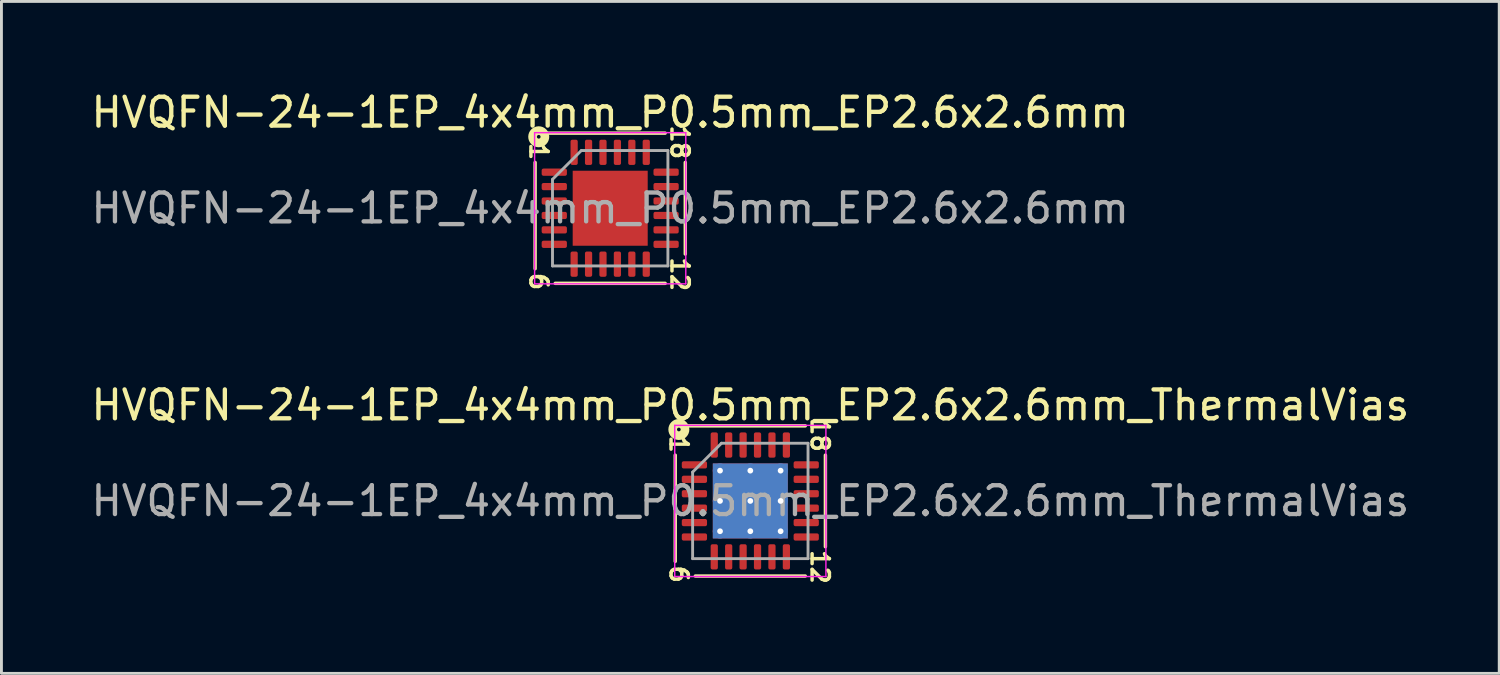
<source format=kicad_pcb>
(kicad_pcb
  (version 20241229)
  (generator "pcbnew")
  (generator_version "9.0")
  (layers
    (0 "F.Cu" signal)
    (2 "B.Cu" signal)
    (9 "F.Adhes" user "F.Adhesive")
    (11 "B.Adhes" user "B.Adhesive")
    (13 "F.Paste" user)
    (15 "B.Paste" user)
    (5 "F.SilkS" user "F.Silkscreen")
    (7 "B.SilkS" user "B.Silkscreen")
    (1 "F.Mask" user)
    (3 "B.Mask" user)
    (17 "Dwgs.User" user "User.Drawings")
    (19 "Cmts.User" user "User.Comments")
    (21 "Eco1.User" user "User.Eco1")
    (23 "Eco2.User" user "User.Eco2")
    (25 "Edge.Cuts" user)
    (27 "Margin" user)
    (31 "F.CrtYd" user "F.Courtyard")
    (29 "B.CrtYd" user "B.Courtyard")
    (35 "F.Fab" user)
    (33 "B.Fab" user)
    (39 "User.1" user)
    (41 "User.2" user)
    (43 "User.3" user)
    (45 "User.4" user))
  (footprint "HVQFN-24-1EP_4x4mm_P0.5mm_EP2.6x2.6mm"
    (layer "F.Cu")
    (at 18.101 4.168)
    (property "Reference" "HVQFN-24-1EP_4x4mm_P0.5mm_EP2.6x2.6mm" (at 0 -3.32 0) (layer "F.SilkS") (effects (font (size 1 1) (thickness 0.15))))
    (attr smd)
    (fp_line (start -2.603 2.095) (end -2.603 -1.587) (stroke (width 0.12) (type solid)) (layer "F.SilkS"))
    (fp_line (start -2.159 -2.603) (end 1.905 -2.603) (stroke (width 0.12) (type solid)) (layer "F.SilkS"))
    (fp_line (start 1.905 2.603) (end -1.905 2.603) (stroke (width 0.12) (type solid)) (layer "F.SilkS"))
    (fp_line (start 2.603 -1.587) (end 2.603 1.587) (stroke (width 0.12) (type solid)) (layer "F.SilkS"))
    (fp_circle (center -2.477 -2.477) (end -2.413 -2.477) (stroke (width 0.3) (type solid)) (fill no) (layer "F.SilkS"))
    (fp_line (start -2.62 -2.62) (end -2.62 2.62) (stroke (width 0.05) (type solid)) (layer "F.CrtYd"))
    (fp_line (start -2.62 2.62) (end 2.62 2.62) (stroke (width 0.05) (type solid)) (layer "F.CrtYd"))
    (fp_line (start 2.62 -2.62) (end -2.62 -2.62) (stroke (width 0.05) (type solid)) (layer "F.CrtYd"))
    (fp_line (start 2.62 2.62) (end 2.62 -2.62) (stroke (width 0.05) (type solid)) (layer "F.CrtYd"))
    (fp_line (start -2 -1) (end -1 -2) (stroke (width 0.1) (type solid)) (layer "F.Fab"))
    (fp_line (start -2 2) (end -2 -1) (stroke (width 0.1) (type solid)) (layer "F.Fab"))
    (fp_line (start -1 -2) (end 2 -2) (stroke (width 0.1) (type solid)) (layer "F.Fab"))
    (fp_line (start 2 -2) (end 2 2) (stroke (width 0.1) (type solid)) (layer "F.Fab"))
    (fp_line (start 2 2) (end -2 2) (stroke (width 0.1) (type solid)) (layer "F.Fab"))
    (fp_text user "1" (at -2.477 -1.968 270) (unlocked yes) (layer "F.SilkS") (effects (font (size 0.6 0.6) (thickness 0.12))))
    (fp_text user "12" (at 2.413 2.286 270) (unlocked yes) (layer "F.SilkS") (effects (font (size 0.6 0.6) (thickness 0.12))))
    (fp_text user "6" (at -2.477 2.54 270) (unlocked yes) (layer "F.SilkS") (effects (font (size 0.6 0.6) (thickness 0.12))))
    (fp_text user "18" (at 2.413 -2.286 270) (unlocked yes) (layer "F.SilkS") (effects (font (size 0.6 0.6) (thickness 0.12))))
    (fp_text user "${REFERENCE}" (at 0 0 0) (layer "F.Fab") (effects (font (size 1 1) (thickness 0.15))))
    (pad "" smd roundrect (at -0.87 -0.87) (size 0.7 0.7) (layers "F.Paste") (roundrect_rratio 0.25))
    (pad "" smd roundrect (at -0.87 0) (size 0.7 0.7) (layers "F.Paste") (roundrect_rratio 0.25))
    (pad "" smd roundrect (at -0.87 0.87) (size 0.7 0.7) (layers "F.Paste") (roundrect_rratio 0.25))
    (pad "" smd roundrect (at 0 -0.87) (size 0.7 0.7) (layers "F.Paste") (roundrect_rratio 0.25))
    (pad "" smd roundrect (at 0 0) (size 0.7 0.7) (layers "F.Paste") (roundrect_rratio 0.25))
    (pad "" smd roundrect (at 0 0.87) (size 0.7 0.7) (layers "F.Paste") (roundrect_rratio 0.25))
    (pad "" smd roundrect (at 0.87 -0.87) (size 0.7 0.7) (layers "F.Paste") (roundrect_rratio 0.25))
    (pad "" smd roundrect (at 0.87 0) (size 0.7 0.7) (layers "F.Paste") (roundrect_rratio 0.25))
    (pad "" smd roundrect (at 0.87 0.87) (size 0.7 0.7) (layers "F.Paste") (roundrect_rratio 0.25))
    (pad "1" smd roundrect (at -1.938 -1.25) (size 0.875 0.25) (layers "F.Cu" "F.Mask" "F.Paste") (roundrect_rratio 0.25))
    (pad "2" smd roundrect (at -1.938 -0.75) (size 0.875 0.25) (layers "F.Cu" "F.Mask" "F.Paste") (roundrect_rratio 0.25))
    (pad "3" smd roundrect (at -1.938 -0.25) (size 0.875 0.25) (layers "F.Cu" "F.Mask" "F.Paste") (roundrect_rratio 0.25))
    (pad "4" smd roundrect (at -1.938 0.25) (size 0.875 0.25) (layers "F.Cu" "F.Mask" "F.Paste") (roundrect_rratio 0.25))
    (pad "5" smd roundrect (at -1.938 0.75) (size 0.875 0.25) (layers "F.Cu" "F.Mask" "F.Paste") (roundrect_rratio 0.25))
    (pad "6" smd roundrect (at -1.938 1.25) (size 0.875 0.25) (layers "F.Cu" "F.Mask" "F.Paste") (roundrect_rratio 0.25))
    (pad "7" smd roundrect (at -1.25 1.938) (size 0.25 0.875) (layers "F.Cu" "F.Mask" "F.Paste") (roundrect_rratio 0.25))
    (pad "8" smd roundrect (at -0.75 1.938) (size 0.25 0.875) (layers "F.Cu" "F.Mask" "F.Paste") (roundrect_rratio 0.25))
    (pad "9" smd roundrect (at -0.25 1.938) (size 0.25 0.875) (layers "F.Cu" "F.Mask" "F.Paste") (roundrect_rratio 0.25))
    (pad "10" smd roundrect (at 0.25 1.938) (size 0.25 0.875) (layers "F.Cu" "F.Mask" "F.Paste") (roundrect_rratio 0.25))
    (pad "11" smd roundrect (at 0.75 1.938) (size 0.25 0.875) (layers "F.Cu" "F.Mask" "F.Paste") (roundrect_rratio 0.25))
    (pad "12" smd roundrect (at 1.25 1.938) (size 0.25 0.875) (layers "F.Cu" "F.Mask" "F.Paste") (roundrect_rratio 0.25))
    (pad "13" smd roundrect (at 1.938 1.25) (size 0.875 0.25) (layers "F.Cu" "F.Mask" "F.Paste") (roundrect_rratio 0.25))
    (pad "14" smd roundrect (at 1.938 0.75) (size 0.875 0.25) (layers "F.Cu" "F.Mask" "F.Paste") (roundrect_rratio 0.25))
    (pad "15" smd roundrect (at 1.938 0.25) (size 0.875 0.25) (layers "F.Cu" "F.Mask" "F.Paste") (roundrect_rratio 0.25))
    (pad "16" smd roundrect (at 1.938 -0.25) (size 0.875 0.25) (layers "F.Cu" "F.Mask" "F.Paste") (roundrect_rratio 0.25))
    (pad "17" smd roundrect (at 1.938 -0.75) (size 0.875 0.25) (layers "F.Cu" "F.Mask" "F.Paste") (roundrect_rratio 0.25))
    (pad "18" smd roundrect (at 1.938 -1.25) (size 0.875 0.25) (layers "F.Cu" "F.Mask" "F.Paste") (roundrect_rratio 0.25))
    (pad "19" smd roundrect (at 1.25 -1.938) (size 0.25 0.875) (layers "F.Cu" "F.Mask" "F.Paste") (roundrect_rratio 0.25))
    (pad "20" smd roundrect (at 0.75 -1.938) (size 0.25 0.875) (layers "F.Cu" "F.Mask" "F.Paste") (roundrect_rratio 0.25))
    (pad "21" smd roundrect (at 0.25 -1.938) (size 0.25 0.875) (layers "F.Cu" "F.Mask" "F.Paste") (roundrect_rratio 0.25))
    (pad "22" smd roundrect (at -0.25 -1.938) (size 0.25 0.875) (layers "F.Cu" "F.Mask" "F.Paste") (roundrect_rratio 0.25))
    (pad "23" smd roundrect (at -0.75 -1.938) (size 0.25 0.875) (layers "F.Cu" "F.Mask" "F.Paste") (roundrect_rratio 0.25))
    (pad "24" smd roundrect (at -1.25 -1.938) (size 0.25 0.875) (layers "F.Cu" "F.Mask" "F.Paste") (roundrect_rratio 0.25))
    (pad "25" smd rect (at 0 0) (size 2.6 2.6) (layers "F.Cu" "F.Mask")))
  (footprint "HVQFN-24-1EP_4x4mm_P0.5mm_EP2.6x2.6mm_ThermalVias"
    (layer "F.Cu")
    (at 22.958 14.314)
    (property "Reference" "HVQFN-24-1EP_4x4mm_P0.5mm_EP2.6x2.6mm_ThermalVias" (at 0 -3.32 0) (layer "F.SilkS") (effects (font (size 1 1) (thickness 0.15))))
    (attr smd)
    (fp_line (start -2.603 2.095) (end -2.603 -1.587) (stroke (width 0.12) (type solid)) (layer "F.SilkS"))
    (fp_line (start -2.159 -2.603) (end 1.905 -2.603) (stroke (width 0.12) (type solid)) (layer "F.SilkS"))
    (fp_line (start 1.905 2.603) (end -1.905 2.603) (stroke (width 0.12) (type solid)) (layer "F.SilkS"))
    (fp_line (start 2.603 -1.587) (end 2.603 1.587) (stroke (width 0.12) (type solid)) (layer "F.SilkS"))
    (fp_circle (center -2.477 -2.477) (end -2.413 -2.477) (stroke (width 0.3) (type solid)) (fill no) (layer "F.SilkS"))
    (fp_line (start -2.62 -2.62) (end -2.62 2.62) (stroke (width 0.05) (type solid)) (layer "F.CrtYd"))
    (fp_line (start -2.62 2.62) (end 2.62 2.62) (stroke (width 0.05) (type solid)) (layer "F.CrtYd"))
    (fp_line (start 2.62 -2.62) (end -2.62 -2.62) (stroke (width 0.05) (type solid)) (layer "F.CrtYd"))
    (fp_line (start 2.62 2.62) (end 2.62 -2.62) (stroke (width 0.05) (type solid)) (layer "F.CrtYd"))
    (fp_line (start -2 -1) (end -1 -2) (stroke (width 0.1) (type solid)) (layer "F.Fab"))
    (fp_line (start -2 2) (end -2 -1) (stroke (width 0.1) (type solid)) (layer "F.Fab"))
    (fp_line (start -1 -2) (end 2 -2) (stroke (width 0.1) (type solid)) (layer "F.Fab"))
    (fp_line (start 2 -2) (end 2 2) (stroke (width 0.1) (type solid)) (layer "F.Fab"))
    (fp_line (start 2 2) (end -2 2) (stroke (width 0.1) (type solid)) (layer "F.Fab"))
    (fp_text user "6" (at -2.477 2.54 270) (unlocked yes) (layer "F.SilkS") (effects (font (size 0.6 0.6) (thickness 0.12))))
    (fp_text user "12" (at 2.413 2.286 270) (unlocked yes) (layer "F.SilkS") (effects (font (size 0.6 0.6) (thickness 0.12))))
    (fp_text user "18" (at 2.413 -2.286 270) (unlocked yes) (layer "F.SilkS") (effects (font (size 0.6 0.6) (thickness 0.12))))
    (fp_text user "1" (at -2.477 -1.968 270) (unlocked yes) (layer "F.SilkS") (effects (font (size 0.6 0.6) (thickness 0.12))))
    (fp_text user "${REFERENCE}" (at 0 0 0) (layer "F.Fab") (effects (font (size 1 1) (thickness 0.15))))
    (pad "" smd custom (at -0.525 -0.525) (size 0.825 0.825) (layers "F.Paste") (options (anchor circle)) (primitives (gr_poly (pts (xy 0.343 -0.227) (xy 0.343 0.227) (xy 0.227 0.343) (xy -0.227 0.343) (xy -0.343 0.227) (xy -0.343 -0.227) (xy -0.227 -0.343) (xy 0.227 -0.343)) (width 0.279) (fill yes))))
    (pad "" smd custom (at -0.525 0.525) (size 0.825 0.825) (layers "F.Paste") (options (anchor circle)) (primitives (gr_poly (pts (xy 0.343 -0.227) (xy 0.343 0.227) (xy 0.227 0.343) (xy -0.227 0.343) (xy -0.343 0.227) (xy -0.343 -0.227) (xy -0.227 -0.343) (xy 0.227 -0.343)) (width 0.279) (fill yes))))
    (pad "" smd custom (at 0.525 -0.525) (size 0.825 0.825) (layers "F.Paste") (options (anchor circle)) (primitives (gr_poly (pts (xy 0.343 -0.227) (xy 0.343 0.227) (xy 0.227 0.343) (xy -0.227 0.343) (xy -0.343 0.227) (xy -0.343 -0.227) (xy -0.227 -0.343) (xy 0.227 -0.343)) (width 0.279) (fill yes))))
    (pad "" smd custom (at 0.525 0.525) (size 0.825 0.825) (layers "F.Paste") (options (anchor circle)) (primitives (gr_poly (pts (xy 0.343 -0.227) (xy 0.343 0.227) (xy 0.227 0.343) (xy -0.227 0.343) (xy -0.343 0.227) (xy -0.343 -0.227) (xy -0.227 -0.343) (xy 0.227 -0.343)) (width 0.279) (fill yes))))
    (pad "1" smd roundrect (at -1.938 -1.25) (size 0.875 0.25) (layers "F.Cu" "F.Mask" "F.Paste") (roundrect_rratio 0.25))
    (pad "2" smd roundrect (at -1.938 -0.75) (size 0.875 0.25) (layers "F.Cu" "F.Mask" "F.Paste") (roundrect_rratio 0.25))
    (pad "3" smd roundrect (at -1.938 -0.25) (size 0.875 0.25) (layers "F.Cu" "F.Mask" "F.Paste") (roundrect_rratio 0.25))
    (pad "4" smd roundrect (at -1.938 0.25) (size 0.875 0.25) (layers "F.Cu" "F.Mask" "F.Paste") (roundrect_rratio 0.25))
    (pad "5" smd roundrect (at -1.938 0.75) (size 0.875 0.25) (layers "F.Cu" "F.Mask" "F.Paste") (roundrect_rratio 0.25))
    (pad "6" smd roundrect (at -1.938 1.25) (size 0.875 0.25) (layers "F.Cu" "F.Mask" "F.Paste") (roundrect_rratio 0.25))
    (pad "7" smd roundrect (at -1.25 1.938) (size 0.25 0.875) (layers "F.Cu" "F.Mask" "F.Paste") (roundrect_rratio 0.25))
    (pad "8" smd roundrect (at -0.75 1.938) (size 0.25 0.875) (layers "F.Cu" "F.Mask" "F.Paste") (roundrect_rratio 0.25))
    (pad "9" smd roundrect (at -0.25 1.938) (size 0.25 0.875) (layers "F.Cu" "F.Mask" "F.Paste") (roundrect_rratio 0.25))
    (pad "10" smd roundrect (at 0.25 1.938) (size 0.25 0.875) (layers "F.Cu" "F.Mask" "F.Paste") (roundrect_rratio 0.25))
    (pad "11" smd roundrect (at 0.75 1.938) (size 0.25 0.875) (layers "F.Cu" "F.Mask" "F.Paste") (roundrect_rratio 0.25))
    (pad "12" smd roundrect (at 1.25 1.938) (size 0.25 0.875) (layers "F.Cu" "F.Mask" "F.Paste") (roundrect_rratio 0.25))
    (pad "13" smd roundrect (at 1.938 1.25) (size 0.875 0.25) (layers "F.Cu" "F.Mask" "F.Paste") (roundrect_rratio 0.25))
    (pad "14" smd roundrect (at 1.938 0.75) (size 0.875 0.25) (layers "F.Cu" "F.Mask" "F.Paste") (roundrect_rratio 0.25))
    (pad "15" smd roundrect (at 1.938 0.25) (size 0.875 0.25) (layers "F.Cu" "F.Mask" "F.Paste") (roundrect_rratio 0.25))
    (pad "16" smd roundrect (at 1.938 -0.25) (size 0.875 0.25) (layers "F.Cu" "F.Mask" "F.Paste") (roundrect_rratio 0.25))
    (pad "17" smd roundrect (at 1.938 -0.75) (size 0.875 0.25) (layers "F.Cu" "F.Mask" "F.Paste") (roundrect_rratio 0.25))
    (pad "18" smd roundrect (at 1.938 -1.25) (size 0.875 0.25) (layers "F.Cu" "F.Mask" "F.Paste") (roundrect_rratio 0.25))
    (pad "19" smd roundrect (at 1.25 -1.938) (size 0.25 0.875) (layers "F.Cu" "F.Mask" "F.Paste") (roundrect_rratio 0.25))
    (pad "20" smd roundrect (at 0.75 -1.938) (size 0.25 0.875) (layers "F.Cu" "F.Mask" "F.Paste") (roundrect_rratio 0.25))
    (pad "21" smd roundrect (at 0.25 -1.938) (size 0.25 0.875) (layers "F.Cu" "F.Mask" "F.Paste") (roundrect_rratio 0.25))
    (pad "22" smd roundrect (at -0.25 -1.938) (size 0.25 0.875) (layers "F.Cu" "F.Mask" "F.Paste") (roundrect_rratio 0.25))
    (pad "23" smd roundrect (at -0.75 -1.938) (size 0.25 0.875) (layers "F.Cu" "F.Mask" "F.Paste") (roundrect_rratio 0.25))
    (pad "24" smd roundrect (at -1.25 -1.938) (size 0.25 0.875) (layers "F.Cu" "F.Mask" "F.Paste") (roundrect_rratio 0.25))
    (pad "25" thru_hole circle (at -1.05 -1.05) (size 0.5 0.5) (drill 0.2) (layers "*.Cu"))
    (pad "25" thru_hole circle (at -1.05 0) (size 0.5 0.5) (drill 0.2) (layers "*.Cu"))
    (pad "25" thru_hole circle (at -1.05 1.05) (size 0.5 0.5) (drill 0.2) (layers "*.Cu"))
    (pad "25" thru_hole circle (at 0 -1.05) (size 0.5 0.5) (drill 0.2) (layers "*.Cu"))
    (pad "25" thru_hole circle (at 0 0) (size 0.5 0.5) (drill 0.2) (layers "*.Cu"))
    (pad "25" smd rect (at 0 0) (size 2.6 2.6) (layers "F.Cu" "F.Mask"))
    (pad "25" smd rect (at 0 0) (size 2.6 2.6) (layers "B.Cu" "B.Mask"))
    (pad "25" thru_hole circle (at 0 1.05) (size 0.5 0.5) (drill 0.2) (layers "*.Cu"))
    (pad "25" thru_hole circle (at 1.05 -1.05) (size 0.5 0.5) (drill 0.2) (layers "*.Cu"))
    (pad "25" thru_hole circle (at 1.05 0) (size 0.5 0.5) (drill 0.2) (layers "*.Cu"))
    (pad "25" thru_hole circle (at 1.05 1.05) (size 0.5 0.5) (drill 0.2) (layers "*.Cu")))
  (gr_rect
    (start -3 -3)
    (end 48.917 20.291)
    (stroke (width 0.1) (type default))
    (fill no)
    (layer "Edge.Cuts")))
</source>
